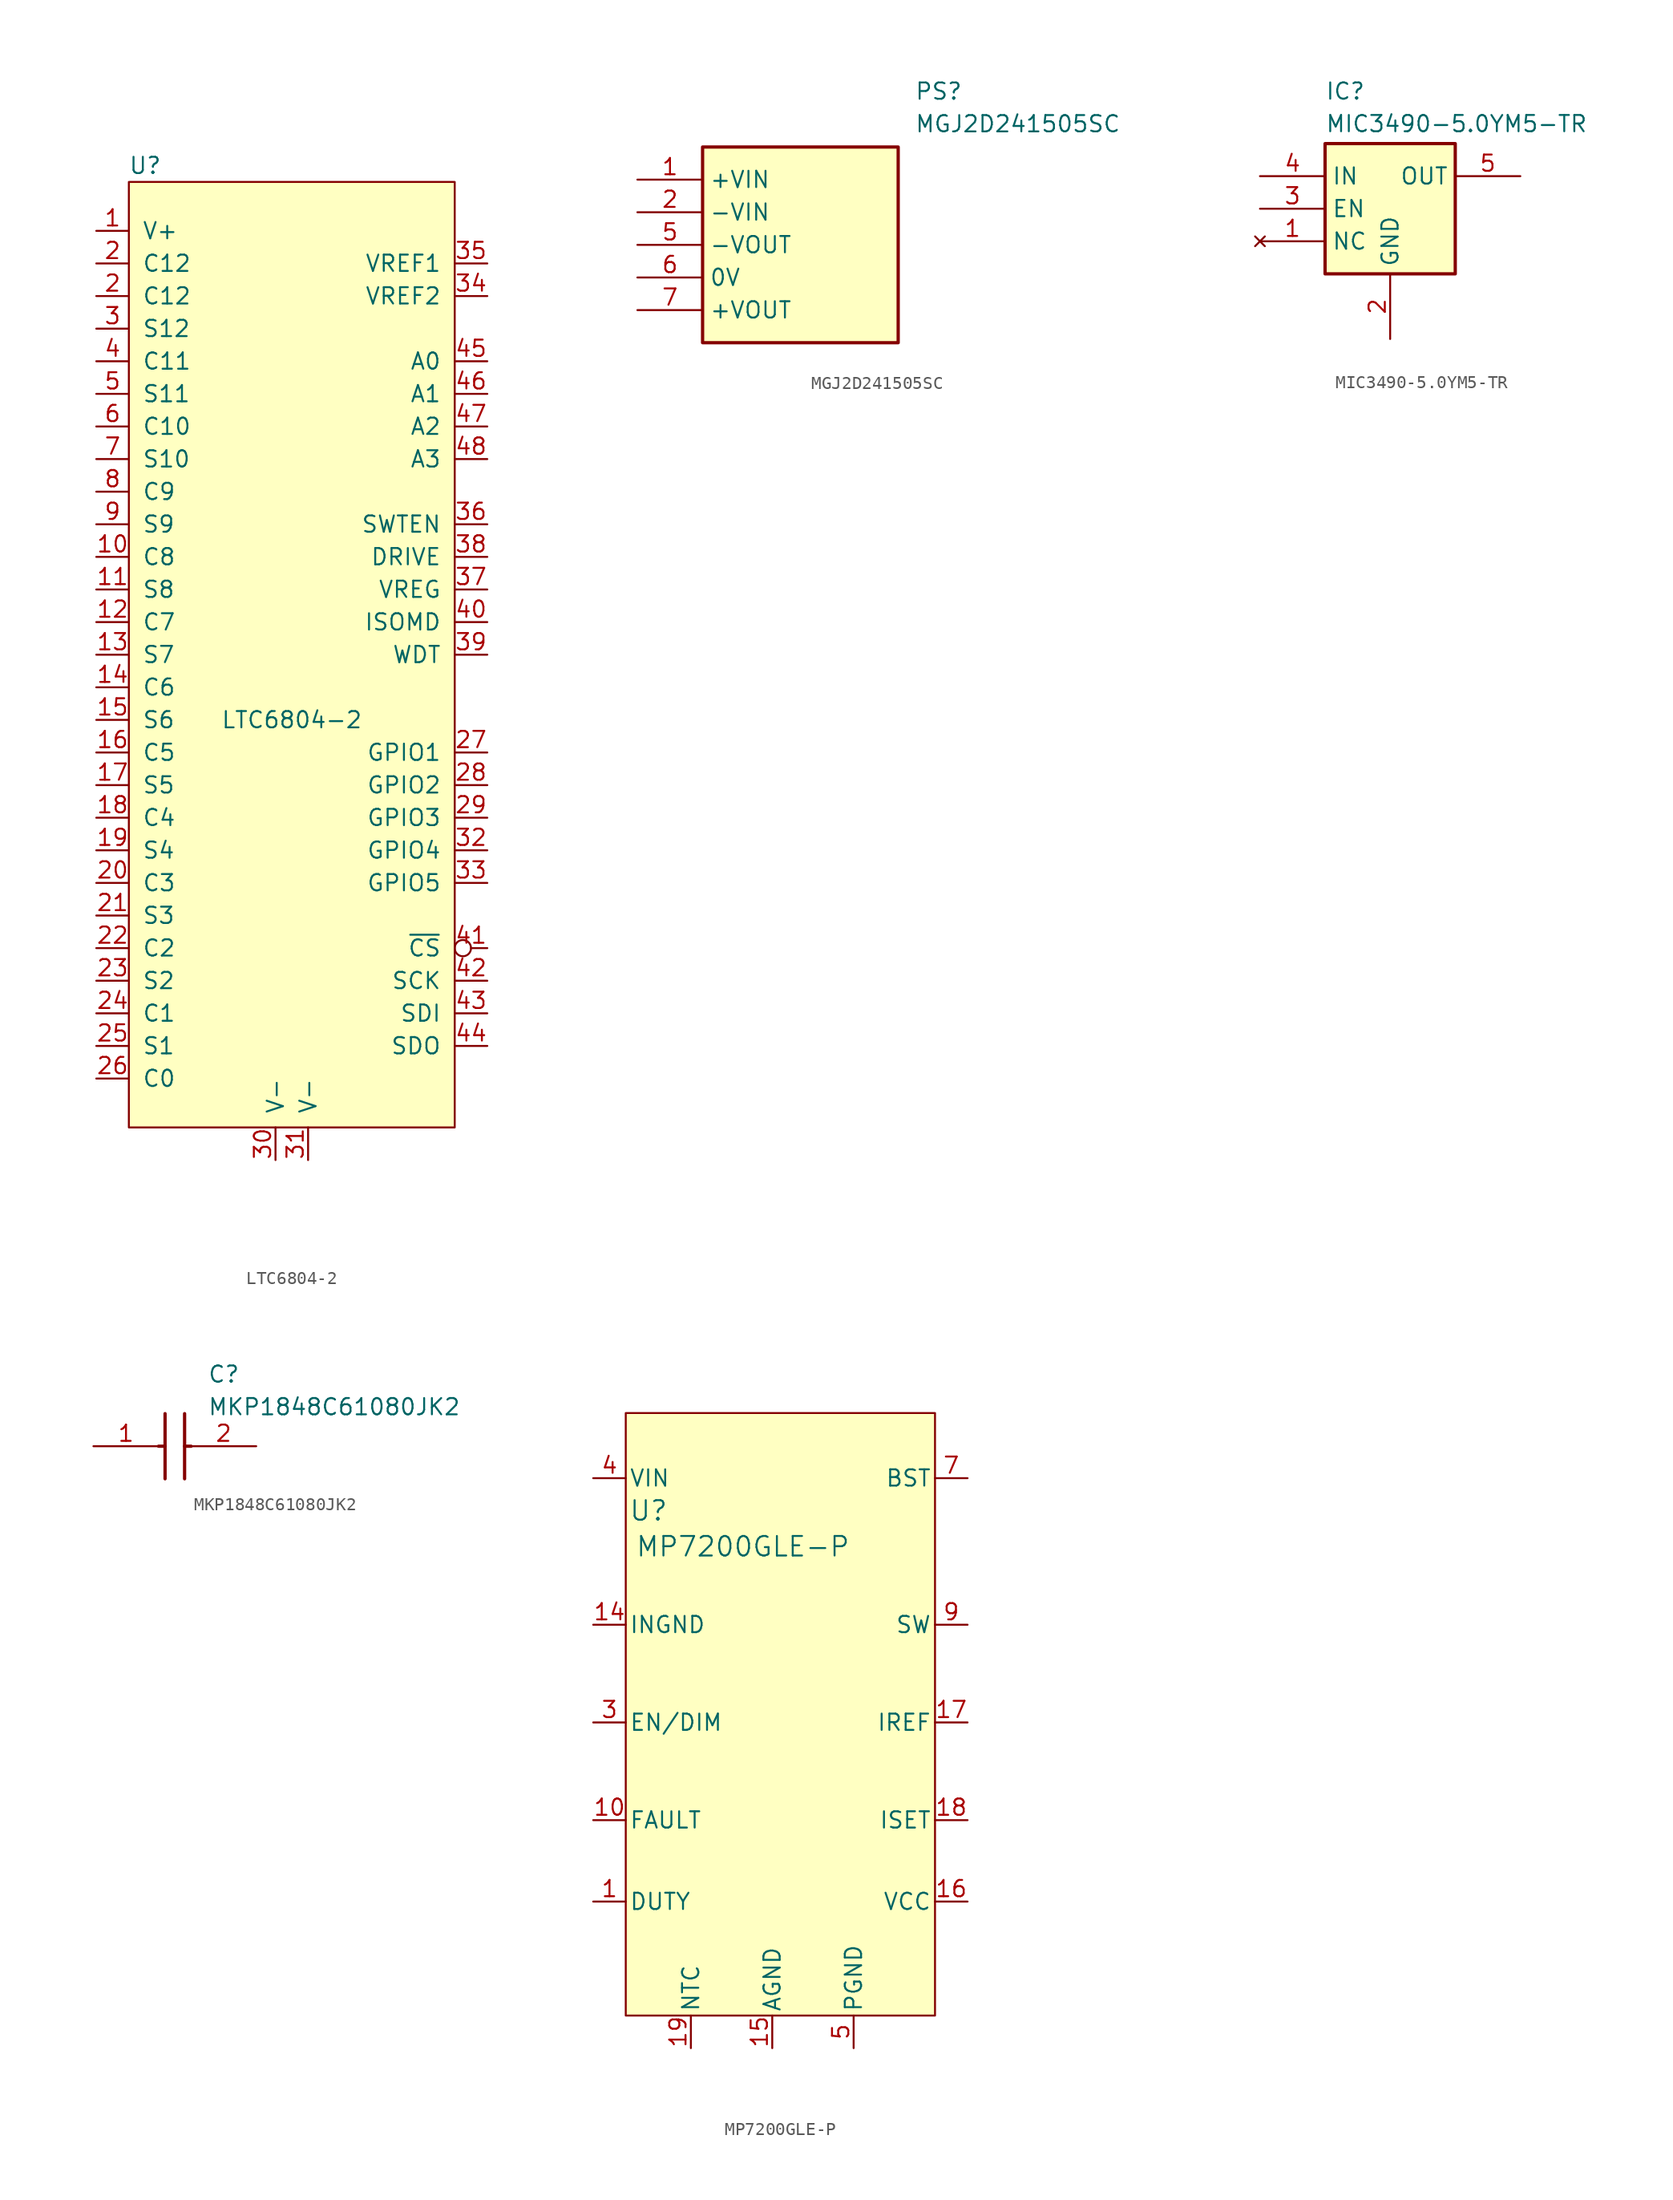
<source format=kicad_sym>
(kicad_symbol_lib
  (version 20241209)
  (generator "kicad_symbol_editor")
  (generator_version "9.0")
  (symbol "LTC6804-2"
    (pin_names
      (offset 1.016))
    (property "Reference" "U"
      (at 3.81 71.12 0)
      (effects (font (size 1.27 1.27))))
    (property "Value" "LTC6804-2"
      (at 15.24 27.94 0)
      (effects (font (size 1.27 1.27))))
    (symbol "LTC6804-2_0_1"
      (rectangle (start 2.54 -3.81) (end 27.94 69.85) (stroke (width 0) (type solid)) (fill (type background))))
    (symbol "LTC6804-2_1_1"
      (pin input line (at 0 66.04 0) (length 2.54) (name "V+" (effects (font (size 1.27 1.27)))) (number "1" (effects (font (size 1.27 1.27)))))
      (pin input line (at 0 63.5 0) (length 2.54) (name "C12" (effects (font (size 1.27 1.27)))) (number "2" (effects (font (size 1.27 1.27)))))
      (pin input line (at 0 60.96 0) (length 2.54) (name "C12" (effects (font (size 1.27 1.27)))) (number "2" (effects (font (size 1.27 1.27)))))
      (pin output line (at 0 58.42 0) (length 2.54) (name "S12" (effects (font (size 1.27 1.27)))) (number "3" (effects (font (size 1.27 1.27)))))
      (pin input line (at 0 55.88 0) (length 2.54) (name "C11" (effects (font (size 1.27 1.27)))) (number "4" (effects (font (size 1.27 1.27)))))
      (pin output line (at 0 53.34 0) (length 2.54) (name "S11" (effects (font (size 1.27 1.27)))) (number "5" (effects (font (size 1.27 1.27)))))
      (pin input line (at 0 50.8 0) (length 2.54) (name "C10" (effects (font (size 1.27 1.27)))) (number "6" (effects (font (size 1.27 1.27)))))
      (pin output line (at 0 48.26 0) (length 2.54) (name "S10" (effects (font (size 1.27 1.27)))) (number "7" (effects (font (size 1.27 1.27)))))
      (pin input line (at 0 45.72 0) (length 2.54) (name "C9" (effects (font (size 1.27 1.27)))) (number "8" (effects (font (size 1.27 1.27)))))
      (pin output line (at 0 43.18 0) (length 2.54) (name "S9" (effects (font (size 1.27 1.27)))) (number "9" (effects (font (size 1.27 1.27)))))
      (pin input line (at 0 40.64 0) (length 2.54) (name "C8" (effects (font (size 1.27 1.27)))) (number "10" (effects (font (size 1.27 1.27)))))
      (pin output line (at 0 38.1 0) (length 2.54) (name "S8" (effects (font (size 1.27 1.27)))) (number "11" (effects (font (size 1.27 1.27)))))
      (pin input line (at 0 35.56 0) (length 2.54) (name "C7" (effects (font (size 1.27 1.27)))) (number "12" (effects (font (size 1.27 1.27)))))
      (pin output line (at 0 33.02 0) (length 2.54) (name "S7" (effects (font (size 1.27 1.27)))) (number "13" (effects (font (size 1.27 1.27)))))
      (pin input line (at 0 30.48 0) (length 2.54) (name "C6" (effects (font (size 1.27 1.27)))) (number "14" (effects (font (size 1.27 1.27)))))
      (pin output line (at 0 27.94 0) (length 2.54) (name "S6" (effects (font (size 1.27 1.27)))) (number "15" (effects (font (size 1.27 1.27)))))
      (pin input line (at 0 25.4 0) (length 2.54) (name "C5" (effects (font (size 1.27 1.27)))) (number "16" (effects (font (size 1.27 1.27)))))
      (pin output line (at 0 22.86 0) (length 2.54) (name "S5" (effects (font (size 1.27 1.27)))) (number "17" (effects (font (size 1.27 1.27)))))
      (pin input line (at 0 20.32 0) (length 2.54) (name "C4" (effects (font (size 1.27 1.27)))) (number "18" (effects (font (size 1.27 1.27)))))
      (pin output line (at 0 17.78 0) (length 2.54) (name "S4" (effects (font (size 1.27 1.27)))) (number "19" (effects (font (size 1.27 1.27)))))
      (pin input line (at 0 15.24 0) (length 2.54) (name "C3" (effects (font (size 1.27 1.27)))) (number "20" (effects (font (size 1.27 1.27)))))
      (pin output line (at 0 12.7 0) (length 2.54) (name "S3" (effects (font (size 1.27 1.27)))) (number "21" (effects (font (size 1.27 1.27)))))
      (pin input line (at 0 10.16 0) (length 2.54) (name "C2" (effects (font (size 1.27 1.27)))) (number "22" (effects (font (size 1.27 1.27)))))
      (pin output line (at 0 7.62 0) (length 2.54) (name "S2" (effects (font (size 1.27 1.27)))) (number "23" (effects (font (size 1.27 1.27)))))
      (pin input line (at 0 5.08 0) (length 2.54) (name "C1" (effects (font (size 1.27 1.27)))) (number "24" (effects (font (size 1.27 1.27)))))
      (pin output line (at 0 2.54 0) (length 2.54) (name "S1" (effects (font (size 1.27 1.27)))) (number "25" (effects (font (size 1.27 1.27)))))
      (pin input line (at 0 0 0) (length 2.54) (name "C0" (effects (font (size 1.27 1.27)))) (number "26" (effects (font (size 1.27 1.27)))))
      (pin bidirectional line (at 13.97 -6.35 90) (length 2.54) (name "V-" (effects (font (size 1.27 1.27)))) (number "30" (effects (font (size 1.27 1.27)))))
      (pin bidirectional line (at 16.51 -6.35 90) (length 2.54) (name "V-" (effects (font (size 1.27 1.27)))) (number "31" (effects (font (size 1.27 1.27)))))
      (pin bidirectional line (at 30.48 63.5 180) (length 2.54) (name "VREF1" (effects (font (size 1.27 1.27)))) (number "35" (effects (font (size 1.27 1.27)))))
      (pin bidirectional line (at 30.48 60.96 180) (length 2.54) (name "VREF2" (effects (font (size 1.27 1.27)))) (number "34" (effects (font (size 1.27 1.27)))))
      (pin passive line (at 30.48 55.88 180) (length 2.54) (name "A0" (effects (font (size 1.27 1.27)))) (number "45" (effects (font (size 1.27 1.27)))))
      (pin passive line (at 30.48 53.34 180) (length 2.54) (name "A1" (effects (font (size 1.27 1.27)))) (number "46" (effects (font (size 1.27 1.27)))))
      (pin passive line (at 30.48 50.8 180) (length 2.54) (name "A2" (effects (font (size 1.27 1.27)))) (number "47" (effects (font (size 1.27 1.27)))))
      (pin passive line (at 30.48 48.26 180) (length 2.54) (name "A3" (effects (font (size 1.27 1.27)))) (number "48" (effects (font (size 1.27 1.27)))))
      (pin bidirectional line (at 30.48 43.18 180) (length 2.54) (name "SWTEN" (effects (font (size 1.27 1.27)))) (number "36" (effects (font (size 1.27 1.27)))))
      (pin bidirectional line (at 30.48 40.64 180) (length 2.54) (name "DRIVE" (effects (font (size 1.27 1.27)))) (number "38" (effects (font (size 1.27 1.27)))))
      (pin bidirectional line (at 30.48 38.1 180) (length 2.54) (name "VREG" (effects (font (size 1.27 1.27)))) (number "37" (effects (font (size 1.27 1.27)))))
      (pin bidirectional line (at 30.48 35.56 180) (length 2.54) (name "ISOMD" (effects (font (size 1.27 1.27)))) (number "40" (effects (font (size 1.27 1.27)))))
      (pin bidirectional line (at 30.48 33.02 180) (length 2.54) (name "WDT" (effects (font (size 1.27 1.27)))) (number "39" (effects (font (size 1.27 1.27)))))
      (pin bidirectional line (at 30.48 25.4 180) (length 2.54) (name "GPIO1" (effects (font (size 1.27 1.27)))) (number "27" (effects (font (size 1.27 1.27)))))
      (pin bidirectional line (at 30.48 22.86 180) (length 2.54) (name "GPIO2" (effects (font (size 1.27 1.27)))) (number "28" (effects (font (size 1.27 1.27)))))
      (pin bidirectional line (at 30.48 20.32 180) (length 2.54) (name "GPIO3" (effects (font (size 1.27 1.27)))) (number "29" (effects (font (size 1.27 1.27)))))
      (pin bidirectional line (at 30.48 17.78 180) (length 2.54) (name "GPIO4" (effects (font (size 1.27 1.27)))) (number "32" (effects (font (size 1.27 1.27)))))
      (pin bidirectional line (at 30.48 15.24 180) (length 2.54) (name "GPIO5" (effects (font (size 1.27 1.27)))) (number "33" (effects (font (size 1.27 1.27)))))
      (pin bidirectional inverted (at 30.48 10.16 180) (length 2.54) (name "~{CS}" (effects (font (size 1.27 1.27)))) (number "41" (effects (font (size 1.27 1.27)))))
      (pin bidirectional line (at 30.48 7.62 180) (length 2.54) (name "SCK" (effects (font (size 1.27 1.27)))) (number "42" (effects (font (size 1.27 1.27)))))
      (pin bidirectional line (at 30.48 5.08 180) (length 2.54) (name "SDI" (effects (font (size 1.27 1.27)))) (number "43" (effects (font (size 1.27 1.27)))))
      (pin bidirectional line (at 30.48 2.54 180) (length 2.54) (name "SDO" (effects (font (size 1.27 1.27)))) (number "44" (effects (font (size 1.27 1.27)))))))
  (symbol "MGJ2D241505SC"
    (property "Reference" "PS"
      (at 21.59 7.62 0)
      (effects (font (size 1.27 1.27)) (justify left top)))
    (property "Value" "MGJ2D241505SC"
      (at 21.59 5.08 0)
      (effects (font (size 1.27 1.27)) (justify left top)))
    (symbol "MGJ2D241505SC_1_1"
      (rectangle (start 5.08 2.54) (end 20.32 -12.7) (stroke (width 0.254) (type default)) (fill (type background)))
      (pin passive line (at 0 0 0) (length 5.08) (name "+VIN" (effects (font (size 1.27 1.27)))) (number "1" (effects (font (size 1.27 1.27)))))
      (pin passive line (at 0 -2.54 0) (length 5.08) (name "-VIN" (effects (font (size 1.27 1.27)))) (number "2" (effects (font (size 1.27 1.27)))))
      (pin passive line (at 0 -5.08 0) (length 5.08) (name "-VOUT" (effects (font (size 1.27 1.27)))) (number "5" (effects (font (size 1.27 1.27)))))
      (pin passive line (at 0 -7.62 0) (length 5.08) (name "0V" (effects (font (size 1.27 1.27)))) (number "6" (effects (font (size 1.27 1.27)))))
      (pin passive line (at 0 -10.16 0) (length 5.08) (name "+VOUT" (effects (font (size 1.27 1.27)))) (number "7" (effects (font (size 1.27 1.27)))))))
  (symbol "MIC3490-5.0YM5-TR"
    (property "Reference" "IC"
      (at -7.62 9.906 0)
      (effects (font (size 1.27 1.27)) (justify left top)))
    (property "Value" "MIC3490-5.0YM5-TR"
      (at -7.62 7.366 0)
      (effects (font (size 1.27 1.27)) (justify left top)))
    (symbol "MIC3490-5.0YM5-TR_1_1"
      (rectangle (start -7.62 5.08) (end 2.54 -5.08) (stroke (width 0.254) (type default)) (fill (type background)))
      (pin input line (at -12.7 2.54 0) (length 5.08) (name "IN" (effects (font (size 1.27 1.27)))) (number "4" (effects (font (size 1.27 1.27)))))
      (pin input line (at -12.7 0 0) (length 5.08) (name "EN" (effects (font (size 1.27 1.27)))) (number "3" (effects (font (size 1.27 1.27)))))
      (pin no_connect line (at -12.7 -2.54 0) (length 5.08) (name "NC" (effects (font (size 1.27 1.27)))) (number "1" (effects (font (size 1.27 1.27)))))
      (pin input line (at -2.54 -10.16 90) (length 5.08) (name "GND" (effects (font (size 1.27 1.27)))) (number "2" (effects (font (size 1.27 1.27)))))
      (pin output line (at 7.62 2.54 180) (length 5.08) (name "OUT" (effects (font (size 1.27 1.27)))) (number "5" (effects (font (size 1.27 1.27)))))))
  (symbol "MKP1848C61080JK2"
    (pin_names
      (hide yes))
    (property "Reference" "C"
      (at 8.89 6.35 0)
      (effects (font (size 1.27 1.27)) (justify left top)))
    (property "Value" "MKP1848C61080JK2"
      (at 8.89 3.81 0)
      (effects (font (size 1.27 1.27)) (justify left top)))
    (symbol "MKP1848C61080JK2_1_1"
      (polyline (pts (xy 5.08 0) (xy 5.588 0)) (stroke (width 0.254) (type default)) (fill (type none)))
      (polyline (pts (xy 5.588 2.54) (xy 5.588 -2.54)) (stroke (width 0.254) (type default)) (fill (type none)))
      (polyline (pts (xy 7.112 2.54) (xy 7.112 -2.54)) (stroke (width 0.254) (type default)) (fill (type none)))
      (polyline (pts (xy 7.112 0) (xy 7.62 0)) (stroke (width 0.254) (type default)) (fill (type none)))
      (pin passive line (at 0 0 0) (length 5.08) (name "1" (effects (font (size 1.27 1.27)))) (number "1" (effects (font (size 1.27 1.27)))))
      (pin passive line (at 12.7 0 180) (length 5.08) (name "2" (effects (font (size 1.27 1.27)))) (number "2" (effects (font (size 1.27 1.27)))))))
  (symbol "MP7200GLE-P"
    (pin_names
      (offset 0.254))
    (property "Reference" "U"
      (at 9.398 -2.54 0)
      (effects (font (size 1.524 1.524))))
    (property "Value" "MP7200GLE-P"
      (at 16.764 -5.334 0)
      (effects (font (size 1.524 1.524))))
    (symbol "MP7200GLE-P_0_1"
      (pin power_in line (at 5.08 0 0) (length 2.54) (hide yes) (name "VIN" (effects (font (size 1.27 1.27)))) (number "13" (effects (font (size 1.27 1.27)))))
      (pin power_in line (at 5.08 0 0) (length 2.54) (name "VIN" (effects (font (size 1.27 1.27)))) (number "4" (effects (font (size 1.27 1.27)))))
      (pin power_in line (at 5.08 -11.43 0) (length 2.54) (name "INGND" (effects (font (size 1.27 1.27)))) (number "14" (effects (font (size 1.27 1.27)))))
      (pin unspecified line (at 5.08 -19.05 0) (length 2.54) (name "EN/DIM" (effects (font (size 1.27 1.27)))) (number "3" (effects (font (size 1.27 1.27)))))
      (pin output line (at 5.08 -26.67 0) (length 2.54) (name "FAULT" (effects (font (size 1.27 1.27)))) (number "10" (effects (font (size 1.27 1.27)))))
      (pin unspecified line (at 5.08 -33.02 0) (length 2.54) (name "DUTY" (effects (font (size 1.27 1.27)))) (number "1" (effects (font (size 1.27 1.27)))))
      (pin unspecified line (at 12.7 -44.45 90) (length 2.54) (name "NTC" (effects (font (size 1.27 1.27)))) (number "19" (effects (font (size 1.27 1.27)))))
      (pin power_in line (at 19.05 -44.45 90) (length 2.54) (name "AGND" (effects (font (size 1.27 1.27)))) (number "15" (effects (font (size 1.27 1.27)))))
      (pin power_in line (at 25.4 -44.45 90) (length 2.54) (hide yes) (name "PGND" (effects (font (size 1.27 1.27)))) (number "11" (effects (font (size 1.27 1.27)))))
      (pin power_in line (at 25.4 -44.45 90) (length 2.54) (hide yes) (name "PGND" (effects (font (size 1.27 1.27)))) (number "12" (effects (font (size 1.27 1.27)))))
      (pin power_in line (at 25.4 -44.45 90) (length 2.54) (name "PGND" (effects (font (size 1.27 1.27)))) (number "5" (effects (font (size 1.27 1.27)))))
      (pin power_in line (at 25.4 -44.45 90) (length 2.54) (hide yes) (name "PGND" (effects (font (size 1.27 1.27)))) (number "6" (effects (font (size 1.27 1.27)))))
      (pin power_in line (at 34.29 0 180) (length 2.54) (name "BST" (effects (font (size 1.27 1.27)))) (number "7" (effects (font (size 1.27 1.27)))))
      (pin output line (at 34.29 -11.43 180) (length 2.54) (hide yes) (name "SW" (effects (font (size 1.27 1.27)))) (number "8" (effects (font (size 1.27 1.27)))))
      (pin output line (at 34.29 -11.43 180) (length 2.54) (name "SW" (effects (font (size 1.27 1.27)))) (number "9" (effects (font (size 1.27 1.27)))))
      (pin unspecified line (at 34.29 -19.05 180) (length 2.54) (name "IREF" (effects (font (size 1.27 1.27)))) (number "17" (effects (font (size 1.27 1.27)))))
      (pin unspecified line (at 34.29 -26.67 180) (length 2.54) (name "ISET" (effects (font (size 1.27 1.27)))) (number "18" (effects (font (size 1.27 1.27)))))
      (pin power_in line (at 34.29 -33.02 180) (length 2.54) (name "VCC" (effects (font (size 1.27 1.27)))) (number "16" (effects (font (size 1.27 1.27))))))
    (symbol "MP7200GLE-P_1_1"
      (rectangle (start 7.62 5.08) (end 31.75 -41.91) (stroke (width 0) (type default)) (fill (type background)))
      (pin no_connect line (at 34.29 -35.56 180) (length 2.54) (hide yes) (name "NC" (effects (font (size 1.27 1.27)))) (number "2" (effects (font (size 1.27 1.27))))))))
</source>
